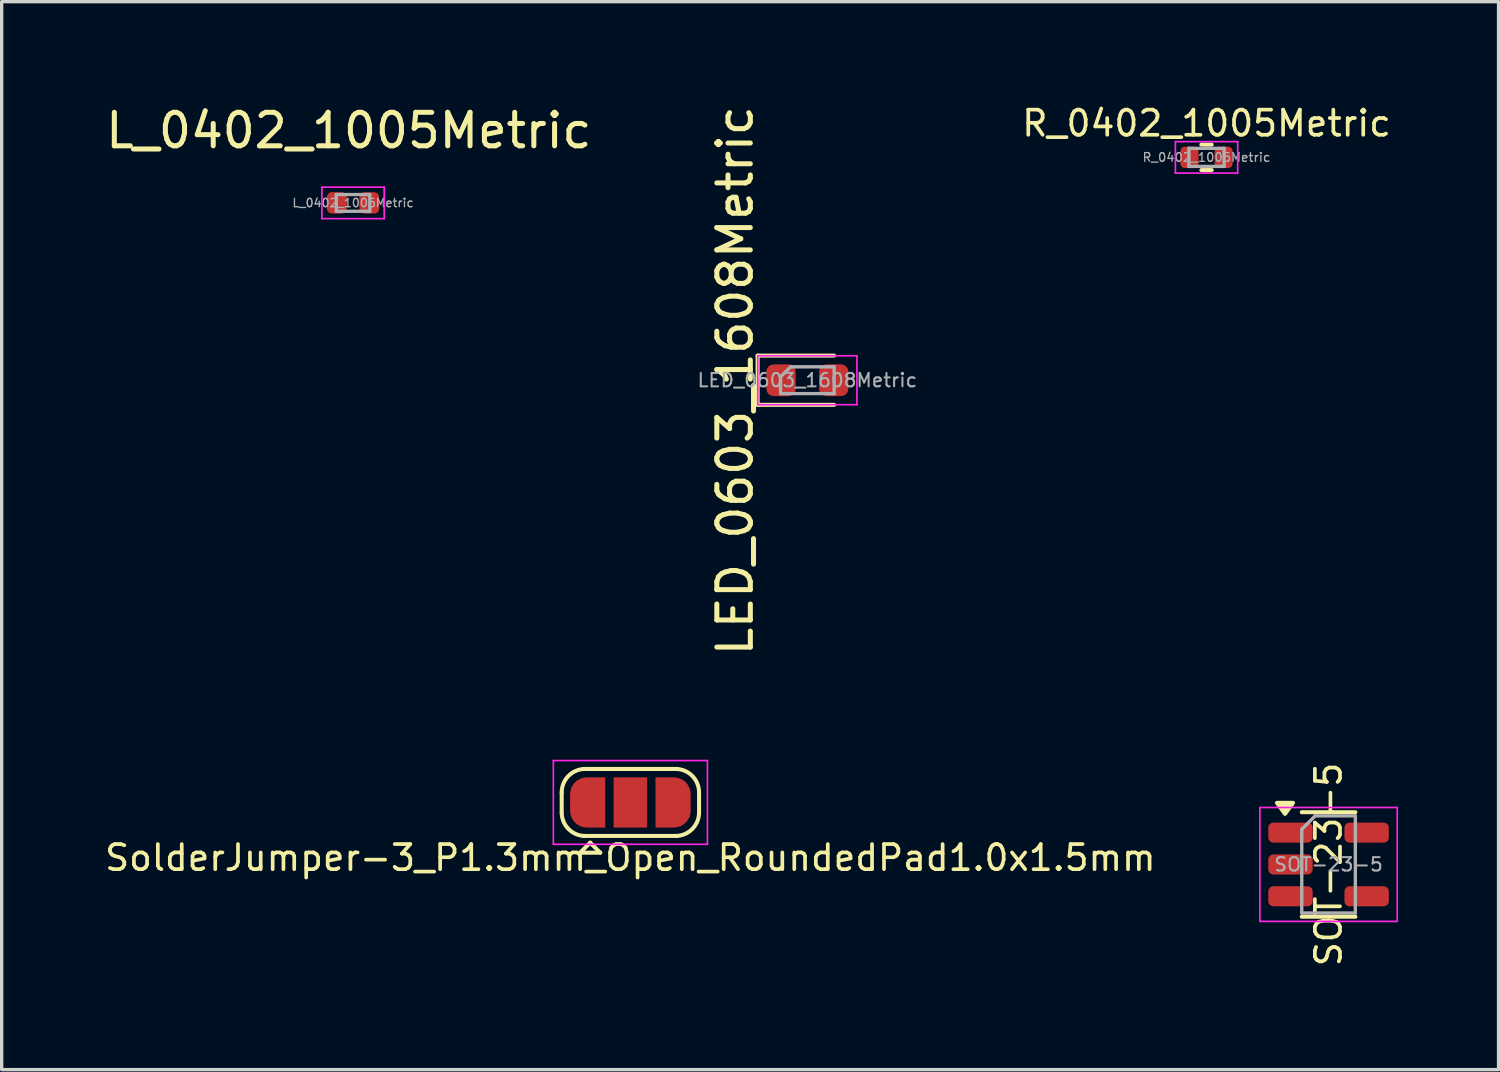
<source format=kicad_pcb>
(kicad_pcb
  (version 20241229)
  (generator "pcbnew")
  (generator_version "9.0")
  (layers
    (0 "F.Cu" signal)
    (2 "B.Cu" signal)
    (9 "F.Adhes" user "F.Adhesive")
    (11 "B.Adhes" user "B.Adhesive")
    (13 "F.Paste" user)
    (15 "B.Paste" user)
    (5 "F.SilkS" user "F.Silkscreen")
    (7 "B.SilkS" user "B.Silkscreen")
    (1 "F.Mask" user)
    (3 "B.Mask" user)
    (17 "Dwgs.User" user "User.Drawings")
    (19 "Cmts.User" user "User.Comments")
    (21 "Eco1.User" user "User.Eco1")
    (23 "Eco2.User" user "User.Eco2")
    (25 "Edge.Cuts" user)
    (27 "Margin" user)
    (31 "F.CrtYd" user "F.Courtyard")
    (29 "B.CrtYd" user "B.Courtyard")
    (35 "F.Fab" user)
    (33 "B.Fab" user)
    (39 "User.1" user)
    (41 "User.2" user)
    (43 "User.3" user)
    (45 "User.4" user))
  (footprint "SOT-23-5"
    (layer "F.Cu")
    (at 36.612 22.757)
    (property "Reference" "SOT-23-5" (at 0 0 270) (layer "F.SilkS") (effects (font (size 0.75 0.75) (thickness 0.11))))
    (attr smd)
    (fp_line (start 0 -1.56) (end -0.8 -1.56) (stroke (width 0.12) (type solid)) (layer "F.SilkS"))
    (fp_line (start 0 -1.56) (end 0.8 -1.56) (stroke (width 0.12) (type solid)) (layer "F.SilkS"))
    (fp_line (start 0 1.56) (end -0.8 1.56) (stroke (width 0.12) (type solid)) (layer "F.SilkS"))
    (fp_line (start 0 1.56) (end 0.8 1.56) (stroke (width 0.12) (type solid)) (layer "F.SilkS"))
    (fp_poly (pts (xy -1.3 -1.51) (xy -1.54 -1.84) (xy -1.06 -1.84) (xy -1.3 -1.51)) (stroke (width 0.12) (type solid)) (fill yes) (layer "F.SilkS"))
    (fp_line (start -2.05 -1.7) (end -2.05 1.7) (stroke (width 0.05) (type solid)) (layer "F.CrtYd"))
    (fp_line (start -2.05 1.7) (end 2.05 1.7) (stroke (width 0.05) (type solid)) (layer "F.CrtYd"))
    (fp_line (start 2.05 -1.7) (end -2.05 -1.7) (stroke (width 0.05) (type solid)) (layer "F.CrtYd"))
    (fp_line (start 2.05 1.7) (end 2.05 -1.7) (stroke (width 0.05) (type solid)) (layer "F.CrtYd"))
    (fp_line (start -0.8 -1.05) (end -0.4 -1.45) (stroke (width 0.1) (type solid)) (layer "F.Fab"))
    (fp_line (start -0.8 1.45) (end -0.8 -1.05) (stroke (width 0.1) (type solid)) (layer "F.Fab"))
    (fp_line (start -0.4 -1.45) (end 0.8 -1.45) (stroke (width 0.1) (type solid)) (layer "F.Fab"))
    (fp_line (start 0.8 -1.45) (end 0.8 1.45) (stroke (width 0.1) (type solid)) (layer "F.Fab"))
    (fp_line (start 0.8 1.45) (end -0.8 1.45) (stroke (width 0.1) (type solid)) (layer "F.Fab"))
    (fp_text user "${REFERENCE}" (at 0 0 180) (layer "F.Fab") (effects (font (size 0.4 0.4) (thickness 0.06))))
    (pad "1" smd roundrect (at -1.137 -0.95) (size 1.325 0.6) (layers "F.Cu" "F.Mask" "F.Paste") (roundrect_rratio 0.25))
    (pad "2" smd roundrect (at -1.137 0) (size 1.325 0.6) (layers "F.Cu" "F.Mask" "F.Paste") (roundrect_rratio 0.25))
    (pad "3" smd roundrect (at -1.137 0.95) (size 1.325 0.6) (layers "F.Cu" "F.Mask" "F.Paste") (roundrect_rratio 0.25))
    (pad "4" smd roundrect (at 1.137 0.95) (size 1.325 0.6) (layers "F.Cu" "F.Mask" "F.Paste") (roundrect_rratio 0.25))
    (pad "5" smd roundrect (at 1.137 -0.95) (size 1.325 0.6) (layers "F.Cu" "F.Mask" "F.Paste") (roundrect_rratio 0.25)))
  (footprint "SolderJumper-3_P1.3mm_Open_RoundedPad1.0x1.5mm"
    (layer "F.Cu")
    (at 15.769 20.906)
    (property "Reference" "SolderJumper-3_P1.3mm_Open_RoundedPad1.0x1.5mm" (at 0 1.651 0) (layer "F.SilkS") (effects (font (size 0.75 0.75) (thickness 0.11))))
    (attr exclude_from_pos_files exclude_from_bom)
    (fp_line (start -2.05 0.3) (end -2.05 -0.3) (stroke (width 0.12) (type solid)) (layer "F.SilkS"))
    (fp_line (start -1.5 1.5) (end -0.9 1.5) (stroke (width 0.12) (type solid)) (layer "F.SilkS"))
    (fp_line (start -1.4 -1) (end 1.4 -1) (stroke (width 0.12) (type solid)) (layer "F.SilkS"))
    (fp_line (start -1.2 1.2) (end -1.5 1.5) (stroke (width 0.12) (type solid)) (layer "F.SilkS"))
    (fp_line (start -1.2 1.2) (end -0.9 1.5) (stroke (width 0.12) (type solid)) (layer "F.SilkS"))
    (fp_line (start 1.4 1) (end -1.4 1) (stroke (width 0.12) (type solid)) (layer "F.SilkS"))
    (fp_line (start 2.05 -0.3) (end 2.05 0.3) (stroke (width 0.12) (type solid)) (layer "F.SilkS"))
    (fp_arc (start -2.05 -0.3) (mid -1.844975 -0.794975) (end -1.35 -1) (stroke (width 0.12) (type solid)) (layer "F.SilkS"))
    (fp_arc (start -1.35 1) (mid -1.844975 0.794975) (end -2.05 0.3) (stroke (width 0.12) (type solid)) (layer "F.SilkS"))
    (fp_arc (start 1.35 -1) (mid 1.844975 -0.794975) (end 2.05 -0.3) (stroke (width 0.12) (type solid)) (layer "F.SilkS"))
    (fp_arc (start 2.05 0.3) (mid 1.844975 0.794975) (end 1.35 1) (stroke (width 0.12) (type solid)) (layer "F.SilkS"))
    (fp_line (start -2.3 -1.25) (end -2.3 1.25) (stroke (width 0.05) (type solid)) (layer "F.CrtYd"))
    (fp_line (start -2.3 -1.25) (end 2.3 -1.25) (stroke (width 0.05) (type solid)) (layer "F.CrtYd"))
    (fp_line (start 2.3 1.25) (end -2.3 1.25) (stroke (width 0.05) (type solid)) (layer "F.CrtYd"))
    (fp_line (start 2.3 1.25) (end 2.3 -1.25) (stroke (width 0.05) (type solid)) (layer "F.CrtYd"))
    (pad "1" smd custom (at -1.3 0) (size 1 0.5) (layers "F.Cu" "F.Mask") (options (anchor rect)) (primitives (gr_circle (center 0 0.25) (end 0.5 0.25) (width 0) (fill yes)) (gr_circle (center 0 -0.25) (end 0.5 -0.25) (width 0) (fill yes)) (gr_poly (pts (xy 0.55 0.75) (xy 0 0.75) (xy 0 -0.75) (xy 0.55 -0.75)) (width 0) (fill yes))))
    (pad "2" smd rect (at 0 0) (size 1 1.5) (layers "F.Cu" "F.Mask"))
    (pad "3" smd custom (at 1.3 0) (size 1 0.5) (layers "F.Cu" "F.Mask") (options (anchor rect)) (primitives (gr_circle (center 0 0.25) (end 0.5 0.25) (width 0) (fill yes)) (gr_circle (center 0 -0.25) (end 0.5 -0.25) (width 0) (fill yes)) (gr_poly (pts (xy 0 0.75) (xy -0.55 0.75) (xy -0.55 -0.75) (xy 0 -0.75)) (width 0) (fill yes)))))
  (footprint "LED_0603_1608Metric"
    (layer "F.Cu")
    (at 21.052 8.301)
    (property "Reference" "LED_0603_1608Metric" (at -2.157 0.014 90) (layer "F.SilkS") (effects (font (size 1 1) (thickness 0.15))))
    (attr smd)
    (fp_line (start -1.485 -0.735) (end -1.485 0.735) (stroke (width 0.12) (type solid)) (layer "F.SilkS"))
    (fp_line (start -1.485 0.735) (end 0.8 0.735) (stroke (width 0.12) (type solid)) (layer "F.SilkS"))
    (fp_line (start 0.8 -0.735) (end -1.485 -0.735) (stroke (width 0.12) (type solid)) (layer "F.SilkS"))
    (fp_line (start -1.48 -0.73) (end 1.48 -0.73) (stroke (width 0.05) (type solid)) (layer "F.CrtYd"))
    (fp_line (start -1.48 0.73) (end -1.48 -0.73) (stroke (width 0.05) (type solid)) (layer "F.CrtYd"))
    (fp_line (start 1.48 -0.73) (end 1.48 0.73) (stroke (width 0.05) (type solid)) (layer "F.CrtYd"))
    (fp_line (start 1.48 0.73) (end -1.48 0.73) (stroke (width 0.05) (type solid)) (layer "F.CrtYd"))
    (fp_line (start -0.8 -0.1) (end -0.8 0.4) (stroke (width 0.1) (type solid)) (layer "F.Fab"))
    (fp_line (start -0.8 0.4) (end 0.8 0.4) (stroke (width 0.1) (type solid)) (layer "F.Fab"))
    (fp_line (start -0.5 -0.4) (end -0.8 -0.1) (stroke (width 0.1) (type solid)) (layer "F.Fab"))
    (fp_line (start 0.8 -0.4) (end -0.5 -0.4) (stroke (width 0.1) (type solid)) (layer "F.Fab"))
    (fp_line (start 0.8 0.4) (end 0.8 -0.4) (stroke (width 0.1) (type solid)) (layer "F.Fab"))
    (fp_text user "${REFERENCE}" (at 0 0 0) (layer "F.Fab") (effects (font (size 0.4 0.4) (thickness 0.06))))
    (pad "1" smd roundrect (at -0.787 0) (size 0.875 0.95) (layers "F.Cu" "F.Mask" "F.Paste") (roundrect_rratio 0.25))
    (pad "2" smd roundrect (at 0.787 0) (size 0.875 0.95) (layers "F.Cu" "F.Mask" "F.Paste") (roundrect_rratio 0.25)))
  (footprint "L_0402_1005Metric"
    (layer "F.Cu")
    (at 7.49 3.007)
    (property "Reference" "L_0402_1005Metric" (at -0.127 -2.159 180) (layer "F.SilkS") (effects (font (size 1 1) (thickness 0.15))))
    (attr smd)
    (fp_line (start -0.93 -0.47) (end 0.93 -0.47) (stroke (width 0.05) (type solid)) (layer "F.CrtYd"))
    (fp_line (start -0.93 0.47) (end -0.93 -0.47) (stroke (width 0.05) (type solid)) (layer "F.CrtYd"))
    (fp_line (start 0.93 -0.47) (end 0.93 0.47) (stroke (width 0.05) (type solid)) (layer "F.CrtYd"))
    (fp_line (start 0.93 0.47) (end -0.93 0.47) (stroke (width 0.05) (type solid)) (layer "F.CrtYd"))
    (fp_line (start -0.5 -0.25) (end 0.5 -0.25) (stroke (width 0.1) (type solid)) (layer "F.Fab"))
    (fp_line (start -0.5 0.25) (end -0.5 -0.25) (stroke (width 0.1) (type solid)) (layer "F.Fab"))
    (fp_line (start 0.5 -0.25) (end 0.5 0.25) (stroke (width 0.1) (type solid)) (layer "F.Fab"))
    (fp_line (start 0.5 0.25) (end -0.5 0.25) (stroke (width 0.1) (type solid)) (layer "F.Fab"))
    (fp_text user "${REFERENCE}" (at 0 0 180) (layer "F.Fab") (effects (font (size 0.25 0.25) (thickness 0.04))))
    (pad "1" smd roundrect (at -0.485 0) (size 0.59 0.64) (layers "F.Cu" "F.Mask" "F.Paste") (roundrect_rratio 0.25))
    (pad "2" smd roundrect (at 0.485 0) (size 0.59 0.64) (layers "F.Cu" "F.Mask" "F.Paste") (roundrect_rratio 0.25)))
  (footprint "R_0402_1005Metric"
    (layer "F.Cu")
    (at 32.969 1.648)
    (property "Reference" "R_0402_1005Metric" (at 0 -1.016 0) (layer "F.SilkS") (effects (font (size 0.75 0.75) (thickness 0.11))))
    (attr smd)
    (fp_line (start -0.154 -0.38) (end 0.154 -0.38) (stroke (width 0.12) (type solid)) (layer "F.SilkS"))
    (fp_line (start -0.154 0.38) (end 0.154 0.38) (stroke (width 0.12) (type solid)) (layer "F.SilkS"))
    (fp_line (start -0.93 -0.47) (end 0.93 -0.47) (stroke (width 0.05) (type solid)) (layer "F.CrtYd"))
    (fp_line (start -0.93 0.47) (end -0.93 -0.47) (stroke (width 0.05) (type solid)) (layer "F.CrtYd"))
    (fp_line (start 0.93 -0.47) (end 0.93 0.47) (stroke (width 0.05) (type solid)) (layer "F.CrtYd"))
    (fp_line (start 0.93 0.47) (end -0.93 0.47) (stroke (width 0.05) (type solid)) (layer "F.CrtYd"))
    (fp_line (start -0.525 -0.27) (end 0.525 -0.27) (stroke (width 0.1) (type solid)) (layer "F.Fab"))
    (fp_line (start -0.525 0.27) (end -0.525 -0.27) (stroke (width 0.1) (type solid)) (layer "F.Fab"))
    (fp_line (start 0.525 -0.27) (end 0.525 0.27) (stroke (width 0.1) (type solid)) (layer "F.Fab"))
    (fp_line (start 0.525 0.27) (end -0.525 0.27) (stroke (width 0.1) (type solid)) (layer "F.Fab"))
    (fp_text user "${REFERENCE}" (at 0 0 0) (layer "F.Fab") (effects (font (size 0.26 0.26) (thickness 0.04))))
    (pad "1" smd roundrect (at -0.51 0) (size 0.54 0.64) (layers "F.Cu" "F.Mask" "F.Paste") (roundrect_rratio 0.25))
    (pad "2" smd roundrect (at 0.51 0) (size 0.54 0.64) (layers "F.Cu" "F.Mask" "F.Paste") (roundrect_rratio 0.25)))
  (gr_rect
    (start -3 -3)
    (end 41.687 28.882)
    (stroke (width 0.1) (type default))
    (fill no)
    (layer "Edge.Cuts")))
</source>
